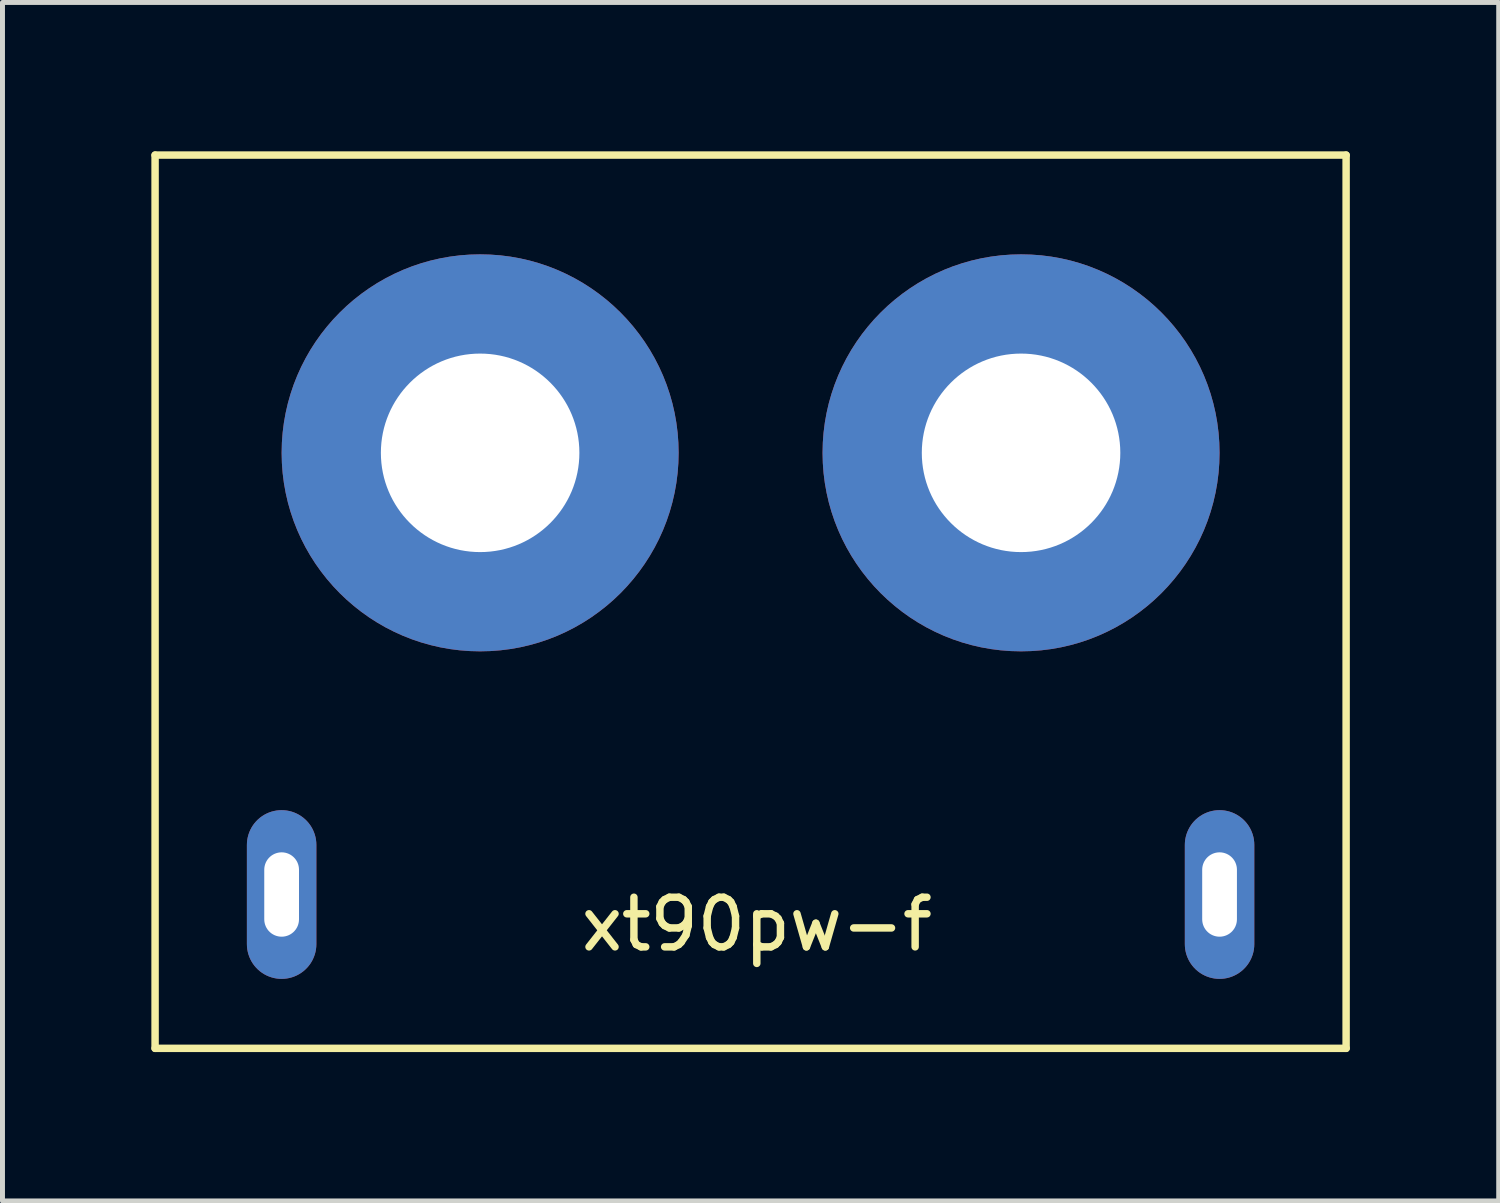
<source format=kicad_pcb>
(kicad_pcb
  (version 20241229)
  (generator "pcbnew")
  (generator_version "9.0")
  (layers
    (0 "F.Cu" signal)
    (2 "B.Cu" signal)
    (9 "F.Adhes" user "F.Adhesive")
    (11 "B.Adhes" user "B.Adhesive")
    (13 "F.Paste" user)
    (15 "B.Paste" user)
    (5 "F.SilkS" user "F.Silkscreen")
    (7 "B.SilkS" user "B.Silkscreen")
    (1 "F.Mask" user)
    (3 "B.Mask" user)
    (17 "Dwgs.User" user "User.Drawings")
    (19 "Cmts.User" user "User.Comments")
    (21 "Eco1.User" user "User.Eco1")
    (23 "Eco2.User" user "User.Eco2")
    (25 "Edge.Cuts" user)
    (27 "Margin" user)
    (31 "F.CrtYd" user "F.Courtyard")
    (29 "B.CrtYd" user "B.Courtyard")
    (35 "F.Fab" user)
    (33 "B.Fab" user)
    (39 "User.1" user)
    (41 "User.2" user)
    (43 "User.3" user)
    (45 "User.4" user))
  (footprint "xt90pw-f"
    (layer "F.Cu")
    (at 12.075 6.075)
    (property "Reference" "xt90pw-f" (at 0.125 9.5 0) (layer "F.SilkS") (effects (font (size 1 1) (thickness 0.15))))
    (attr through_hole)
    (fp_line (start -12 -6) (end -12 12) (stroke (width 0.15) (type solid)) (layer "F.SilkS"))
    (fp_line (start -12 -6) (end 12 -6) (stroke (width 0.15) (type solid)) (layer "F.SilkS"))
    (fp_line (start 12 -6) (end 12 12) (stroke (width 0.15) (type solid)) (layer "F.SilkS"))
    (fp_line (start 12 12) (end -12 12) (stroke (width 0.15) (type solid)) (layer "F.SilkS"))
    (pad "1" thru_hole circle (at -5.45 0) (size 8 8) (drill 4) (layers "*.Cu" "*.Mask"))
    (pad "2" thru_hole circle (at 5.45 0) (size 8 8) (drill 4) (layers "*.Cu" "*.Mask"))
    (pad "3" thru_hole oval (at 9.45 8.9) (size 1.4 3.4) (drill oval 0.7 1.7) (layers "*.Cu" "*.Mask"))
    (pad "4" thru_hole oval (at -9.45 8.9) (size 1.4 3.4) (drill oval 0.7 1.7) (layers "*.Cu" "*.Mask")))
  (gr_rect
    (start -3 -3)
    (end 27.15 21.15)
    (stroke (width 0.1) (type default))
    (fill no)
    (layer "Edge.Cuts")))
</source>
